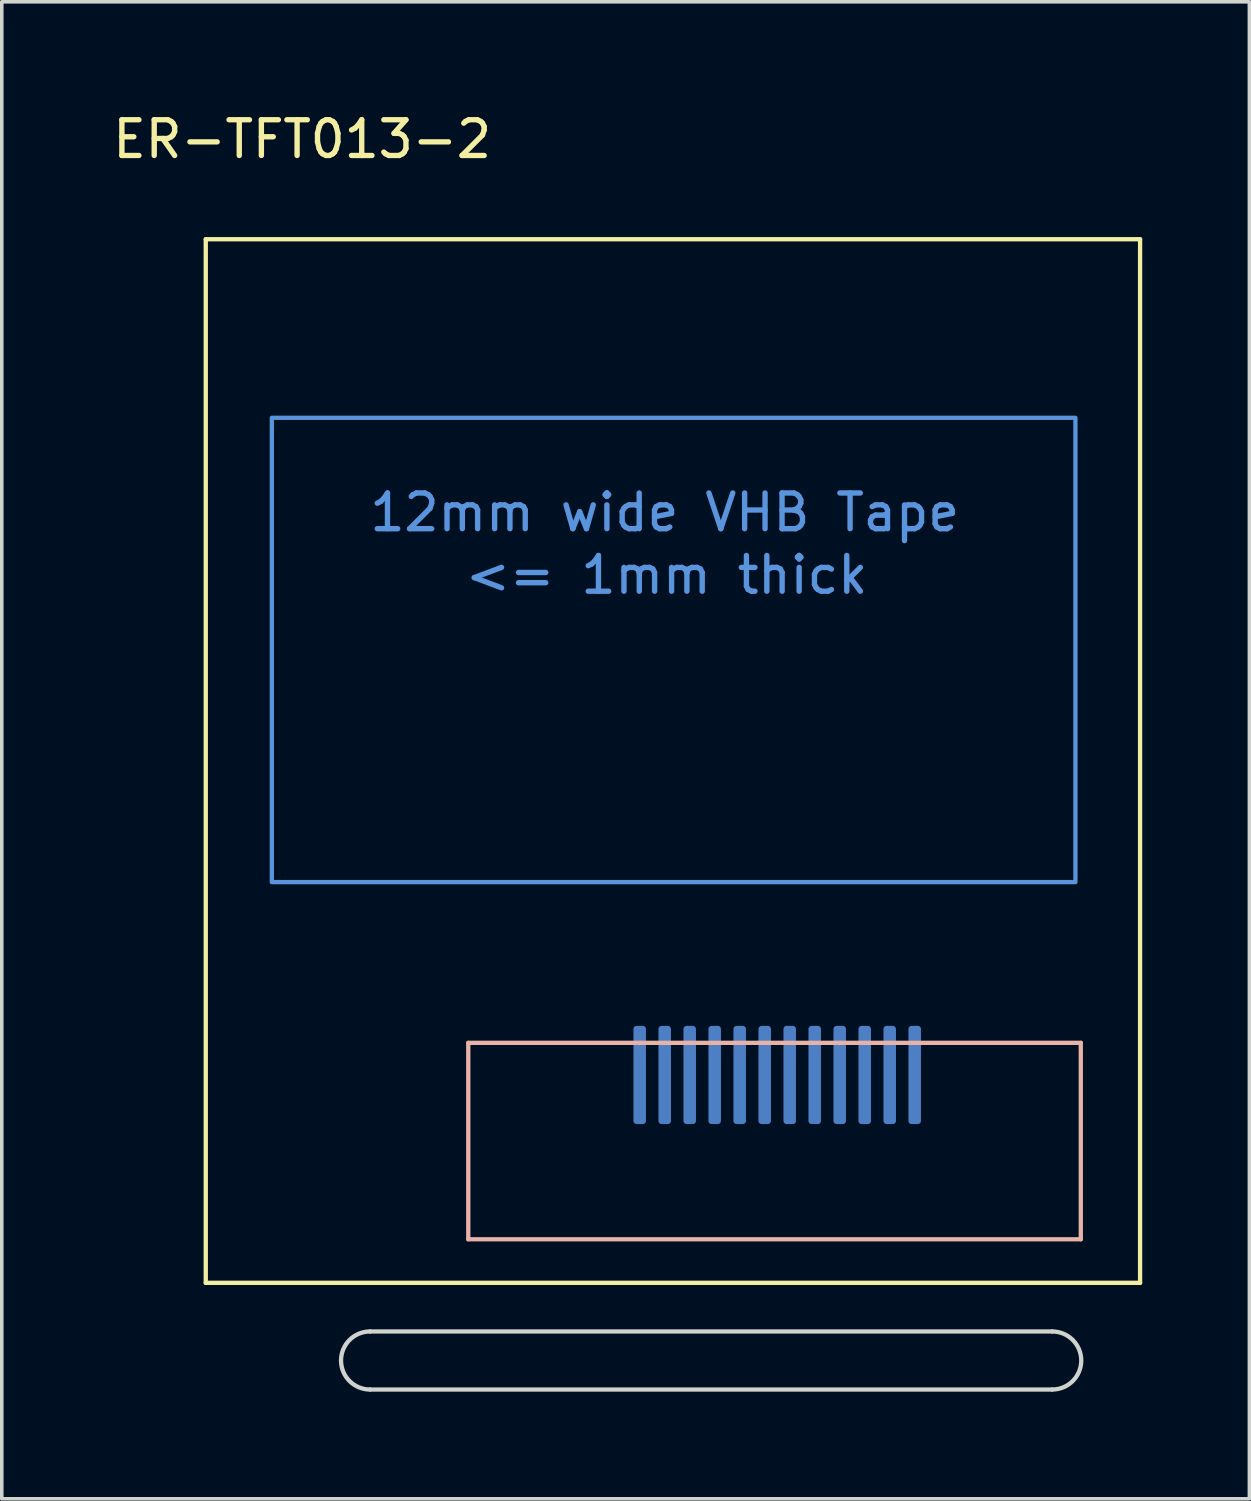
<source format=kicad_pcb>
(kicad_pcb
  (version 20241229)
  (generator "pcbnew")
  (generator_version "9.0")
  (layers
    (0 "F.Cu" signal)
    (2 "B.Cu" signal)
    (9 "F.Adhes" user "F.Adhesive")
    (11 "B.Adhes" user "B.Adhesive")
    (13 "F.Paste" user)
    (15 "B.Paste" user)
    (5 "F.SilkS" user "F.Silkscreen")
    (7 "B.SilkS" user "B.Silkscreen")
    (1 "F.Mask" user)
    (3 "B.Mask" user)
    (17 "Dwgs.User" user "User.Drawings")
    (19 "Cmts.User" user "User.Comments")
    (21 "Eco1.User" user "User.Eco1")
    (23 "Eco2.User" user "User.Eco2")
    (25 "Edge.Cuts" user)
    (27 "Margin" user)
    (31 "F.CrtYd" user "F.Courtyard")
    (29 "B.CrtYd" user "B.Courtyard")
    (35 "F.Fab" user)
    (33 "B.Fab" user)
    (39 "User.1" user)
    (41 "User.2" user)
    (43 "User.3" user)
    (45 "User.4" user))
  (footprint "ER-TFT013-2"
    (layer "F.Cu")
    (at 2.711 3.648)
    (property "Reference" "ER-TFT013-2" (at 2.7 -2.8 0) (unlocked yes) (layer "F.SilkS") (effects (font (size 1 1) (thickness 0.15))))
    (attr smd)
    (fp_line (start 0 0) (end 0 29.22) (stroke (width 0.12) (type solid)) (layer "F.SilkS"))
    (fp_line (start 0 0) (end 26.16 0) (stroke (width 0.12) (type solid)) (layer "F.SilkS"))
    (fp_line (start 0 29.22) (end 26.16 29.22) (stroke (width 0.12) (type solid)) (layer "F.SilkS"))
    (fp_line (start 26.16 0) (end 26.16 29.22) (stroke (width 0.12) (type solid)) (layer "F.SilkS"))
    (fp_line (start 7.35 22.5) (end 24.5 22.5) (stroke (width 0.12) (type solid)) (layer "B.SilkS"))
    (fp_line (start 7.35 28) (end 7.35 22.5) (stroke (width 0.12) (type solid)) (layer "B.SilkS"))
    (fp_line (start 24.5 22.5) (end 24.5 28) (stroke (width 0.12) (type solid)) (layer "B.SilkS"))
    (fp_line (start 24.5 28) (end 7.35 28) (stroke (width 0.12) (type solid)) (layer "B.SilkS"))
    (fp_rect (start 1.85 5) (end 24.35 18) (stroke (width 0.12) (type solid)) (fill no) (layer "Cmts.User"))
    (fp_line (start 4.6 30.582) (end 23.7 30.582) (stroke (width 0.12) (type solid)) (layer "Edge.Cuts"))
    (fp_line (start 23.7 32.207) (end 4.6 32.207) (stroke (width 0.12) (type solid)) (layer "Edge.Cuts"))
    (fp_arc (start 4.6 32.2072) (mid 3.7872 31.3944) (end 4.6 30.5816) (stroke (width 0.12) (type solid)) (layer "Edge.Cuts"))
    (fp_arc (start 23.7 30.5816) (mid 24.5128 31.3944) (end 23.7 32.2072) (stroke (width 0.12) (type solid)) (layer "Edge.Cuts"))
    (fp_text user "<= 1mm thick" (at 12.9 9.4 0) (unlocked yes) (layer "Cmts.User") (effects (font (size 1 1) (thickness 0.15))))
    (fp_text user "12mm wide VHB Tape" (at 12.85 7.65 0) (unlocked yes) (layer "Cmts.User") (effects (font (size 1 1) (thickness 0.15))))
    (pad "1" smd roundrect (at 19.85 23.4 180) (size 0.35 2.75) (layers "B.Cu" "B.Mask" "B.Paste") (roundrect_rratio 0.25))
    (pad "2" smd roundrect (at 19.15 23.4 180) (size 0.35 2.75) (layers "B.Cu" "B.Mask" "B.Paste") (roundrect_rratio 0.25))
    (pad "3" smd roundrect (at 18.45 23.4 180) (size 0.35 2.75) (layers "B.Cu" "B.Mask" "B.Paste") (roundrect_rratio 0.25))
    (pad "4" smd roundrect (at 17.75 23.4 180) (size 0.35 2.75) (layers "B.Cu" "B.Mask" "B.Paste") (roundrect_rratio 0.25))
    (pad "5" smd roundrect (at 17.05 23.4 180) (size 0.35 2.75) (layers "B.Cu" "B.Mask" "B.Paste") (roundrect_rratio 0.25))
    (pad "6" smd roundrect (at 16.35 23.4 180) (size 0.35 2.75) (layers "B.Cu" "B.Mask" "B.Paste") (roundrect_rratio 0.25))
    (pad "7" smd roundrect (at 15.65 23.4 180) (size 0.35 2.75) (layers "B.Cu" "B.Mask" "B.Paste") (roundrect_rratio 0.25))
    (pad "8" smd roundrect (at 14.95 23.4 180) (size 0.35 2.75) (layers "B.Cu" "B.Mask" "B.Paste") (roundrect_rratio 0.25))
    (pad "9" smd roundrect (at 14.25 23.4 180) (size 0.35 2.75) (layers "B.Cu" "B.Mask" "B.Paste") (roundrect_rratio 0.25))
    (pad "10" smd roundrect (at 13.55 23.4 180) (size 0.35 2.75) (layers "B.Cu" "B.Mask" "B.Paste") (roundrect_rratio 0.25))
    (pad "11" smd roundrect (at 12.85 23.4 180) (size 0.35 2.75) (layers "B.Cu" "B.Mask" "B.Paste") (roundrect_rratio 0.25))
    (pad "12" smd roundrect (at 12.15 23.4 180) (size 0.35 2.75) (layers "B.Cu" "B.Mask" "B.Paste") (roundrect_rratio 0.25)))
  (gr_rect
    (start -3 -3)
    (end 31.931 38.915)
    (stroke (width 0.1) (type default))
    (fill no)
    (layer "Edge.Cuts")))
</source>
